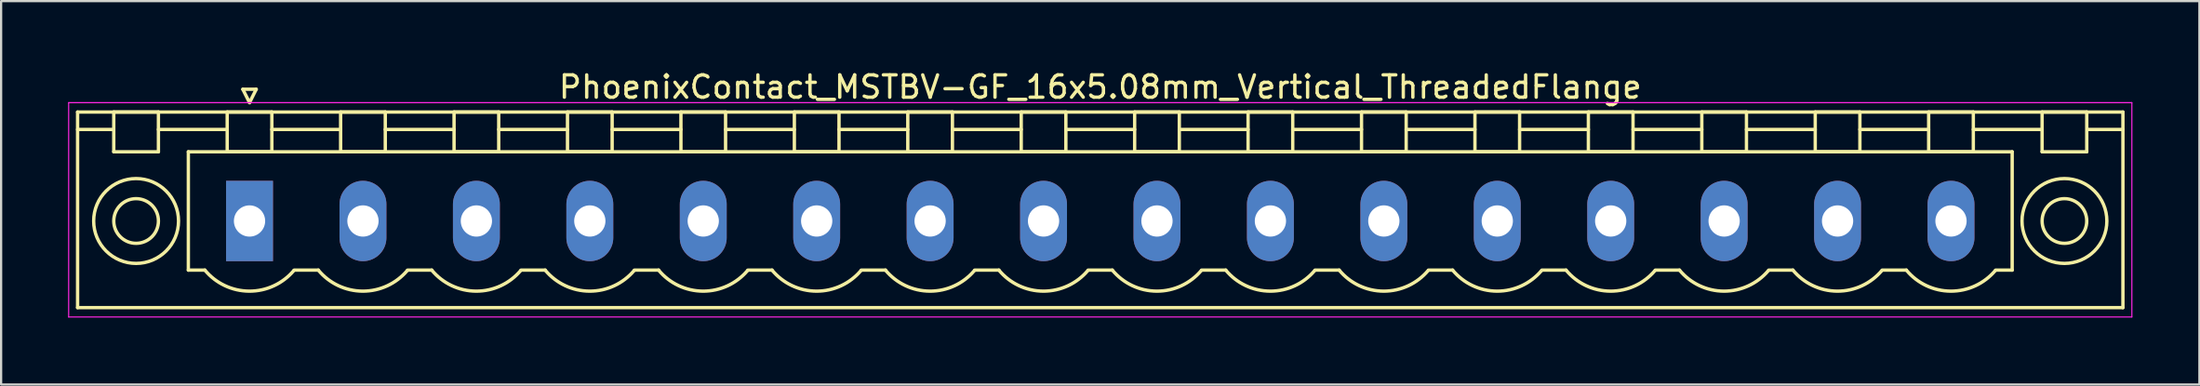
<source format=kicad_pcb>
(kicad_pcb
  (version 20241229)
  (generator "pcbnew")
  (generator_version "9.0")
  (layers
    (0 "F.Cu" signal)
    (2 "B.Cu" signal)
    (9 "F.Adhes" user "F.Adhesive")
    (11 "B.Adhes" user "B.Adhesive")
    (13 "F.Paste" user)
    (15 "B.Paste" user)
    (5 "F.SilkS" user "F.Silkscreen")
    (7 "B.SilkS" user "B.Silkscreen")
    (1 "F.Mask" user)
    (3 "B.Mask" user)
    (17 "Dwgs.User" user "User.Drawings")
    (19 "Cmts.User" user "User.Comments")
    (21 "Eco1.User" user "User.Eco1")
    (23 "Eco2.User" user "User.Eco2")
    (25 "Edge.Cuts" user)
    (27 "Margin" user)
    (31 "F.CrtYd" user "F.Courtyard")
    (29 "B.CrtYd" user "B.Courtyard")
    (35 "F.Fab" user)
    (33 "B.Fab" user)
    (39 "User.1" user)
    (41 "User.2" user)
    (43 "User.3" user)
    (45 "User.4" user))
  (footprint "PhoenixContact_MSTBV-GF_16x5.08mm_Vertical_ThreadedFlange"
    (layer "F.Cu")
    (at 8.125 6.848)
    (property "Reference" "PhoenixContact_MSTBV-GF_16x5.08mm_Vertical_ThreadedFlange" (at 38.1 -6 0) (layer "F.SilkS") (effects (font (size 1 1) (thickness 0.15))))
    (attr through_hole)
    (fp_line (start -7.7 -4.88) (end -7.7 3.88) (stroke (width 0.15) (type solid)) (layer "F.SilkS"))
    (fp_line (start -7.7 -4.1) (end -6.16 -4.1) (stroke (width 0.15) (type solid)) (layer "F.SilkS"))
    (fp_line (start -7.7 3.88) (end 83.9 3.88) (stroke (width 0.15) (type solid)) (layer "F.SilkS"))
    (fp_line (start -6.08 -4.88) (end -4.08 -4.88) (stroke (width 0.15) (type solid)) (layer "F.SilkS"))
    (fp_line (start -6.08 -3.1) (end -6.08 -4.88) (stroke (width 0.15) (type solid)) (layer "F.SilkS"))
    (fp_line (start -4.08 -4.88) (end -4.08 -3.1) (stroke (width 0.15) (type solid)) (layer "F.SilkS"))
    (fp_line (start -4.08 -4.1) (end -1 -4.1) (stroke (width 0.15) (type solid)) (layer "F.SilkS"))
    (fp_line (start -4.08 -3.1) (end -6.08 -3.1) (stroke (width 0.15) (type solid)) (layer "F.SilkS"))
    (fp_line (start -2.74 -3.1) (end 78.94 -3.1) (stroke (width 0.15) (type solid)) (layer "F.SilkS"))
    (fp_line (start -2.74 2.2) (end -2.74 -3.1) (stroke (width 0.15) (type solid)) (layer "F.SilkS"))
    (fp_line (start -2 2.2) (end -2.74 2.2) (stroke (width 0.15) (type solid)) (layer "F.SilkS"))
    (fp_line (start -1 -4.88) (end 1 -4.88) (stroke (width 0.15) (type solid)) (layer "F.SilkS"))
    (fp_line (start -1 -3.1) (end -1 -4.88) (stroke (width 0.15) (type solid)) (layer "F.SilkS"))
    (fp_line (start -0.3 -5.9) (end 0 -5.3) (stroke (width 0.15) (type solid)) (layer "F.SilkS"))
    (fp_line (start 0 -5.3) (end 0.3 -5.9) (stroke (width 0.15) (type solid)) (layer "F.SilkS"))
    (fp_line (start 0.3 -5.9) (end -0.3 -5.9) (stroke (width 0.15) (type solid)) (layer "F.SilkS"))
    (fp_line (start 1 -4.88) (end 1 -3.1) (stroke (width 0.15) (type solid)) (layer "F.SilkS"))
    (fp_line (start 1 -4.1) (end 4.08 -4.1) (stroke (width 0.15) (type solid)) (layer "F.SilkS"))
    (fp_line (start 1 -3.1) (end -1 -3.1) (stroke (width 0.15) (type solid)) (layer "F.SilkS"))
    (fp_line (start 2 2.2) (end 3.08 2.2) (stroke (width 0.15) (type solid)) (layer "F.SilkS"))
    (fp_line (start 4.08 -4.88) (end 6.08 -4.88) (stroke (width 0.15) (type solid)) (layer "F.SilkS"))
    (fp_line (start 4.08 -3.1) (end 4.08 -4.88) (stroke (width 0.15) (type solid)) (layer "F.SilkS"))
    (fp_line (start 6.08 -4.88) (end 6.08 -3.1) (stroke (width 0.15) (type solid)) (layer "F.SilkS"))
    (fp_line (start 6.08 -4.1) (end 9.16 -4.1) (stroke (width 0.15) (type solid)) (layer "F.SilkS"))
    (fp_line (start 6.08 -3.1) (end 4.08 -3.1) (stroke (width 0.15) (type solid)) (layer "F.SilkS"))
    (fp_line (start 7.08 2.2) (end 8.16 2.2) (stroke (width 0.15) (type solid)) (layer "F.SilkS"))
    (fp_line (start 9.16 -4.88) (end 11.16 -4.88) (stroke (width 0.15) (type solid)) (layer "F.SilkS"))
    (fp_line (start 9.16 -3.1) (end 9.16 -4.88) (stroke (width 0.15) (type solid)) (layer "F.SilkS"))
    (fp_line (start 11.16 -4.88) (end 11.16 -3.1) (stroke (width 0.15) (type solid)) (layer "F.SilkS"))
    (fp_line (start 11.16 -4.1) (end 14.24 -4.1) (stroke (width 0.15) (type solid)) (layer "F.SilkS"))
    (fp_line (start 11.16 -3.1) (end 9.16 -3.1) (stroke (width 0.15) (type solid)) (layer "F.SilkS"))
    (fp_line (start 12.16 2.2) (end 13.24 2.2) (stroke (width 0.15) (type solid)) (layer "F.SilkS"))
    (fp_line (start 14.24 -4.88) (end 16.24 -4.88) (stroke (width 0.15) (type solid)) (layer "F.SilkS"))
    (fp_line (start 14.24 -3.1) (end 14.24 -4.88) (stroke (width 0.15) (type solid)) (layer "F.SilkS"))
    (fp_line (start 16.24 -4.88) (end 16.24 -3.1) (stroke (width 0.15) (type solid)) (layer "F.SilkS"))
    (fp_line (start 16.24 -4.1) (end 19.32 -4.1) (stroke (width 0.15) (type solid)) (layer "F.SilkS"))
    (fp_line (start 16.24 -3.1) (end 14.24 -3.1) (stroke (width 0.15) (type solid)) (layer "F.SilkS"))
    (fp_line (start 17.24 2.2) (end 18.32 2.2) (stroke (width 0.15) (type solid)) (layer "F.SilkS"))
    (fp_line (start 19.32 -4.88) (end 21.32 -4.88) (stroke (width 0.15) (type solid)) (layer "F.SilkS"))
    (fp_line (start 19.32 -3.1) (end 19.32 -4.88) (stroke (width 0.15) (type solid)) (layer "F.SilkS"))
    (fp_line (start 21.32 -4.88) (end 21.32 -3.1) (stroke (width 0.15) (type solid)) (layer "F.SilkS"))
    (fp_line (start 21.32 -4.1) (end 24.4 -4.1) (stroke (width 0.15) (type solid)) (layer "F.SilkS"))
    (fp_line (start 21.32 -3.1) (end 19.32 -3.1) (stroke (width 0.15) (type solid)) (layer "F.SilkS"))
    (fp_line (start 22.32 2.2) (end 23.4 2.2) (stroke (width 0.15) (type solid)) (layer "F.SilkS"))
    (fp_line (start 24.4 -4.88) (end 26.4 -4.88) (stroke (width 0.15) (type solid)) (layer "F.SilkS"))
    (fp_line (start 24.4 -3.1) (end 24.4 -4.88) (stroke (width 0.15) (type solid)) (layer "F.SilkS"))
    (fp_line (start 26.4 -4.88) (end 26.4 -3.1) (stroke (width 0.15) (type solid)) (layer "F.SilkS"))
    (fp_line (start 26.4 -4.1) (end 29.48 -4.1) (stroke (width 0.15) (type solid)) (layer "F.SilkS"))
    (fp_line (start 26.4 -3.1) (end 24.4 -3.1) (stroke (width 0.15) (type solid)) (layer "F.SilkS"))
    (fp_line (start 27.4 2.2) (end 28.48 2.2) (stroke (width 0.15) (type solid)) (layer "F.SilkS"))
    (fp_line (start 29.48 -4.88) (end 31.48 -4.88) (stroke (width 0.15) (type solid)) (layer "F.SilkS"))
    (fp_line (start 29.48 -3.1) (end 29.48 -4.88) (stroke (width 0.15) (type solid)) (layer "F.SilkS"))
    (fp_line (start 31.48 -4.88) (end 31.48 -3.1) (stroke (width 0.15) (type solid)) (layer "F.SilkS"))
    (fp_line (start 31.48 -4.1) (end 34.56 -4.1) (stroke (width 0.15) (type solid)) (layer "F.SilkS"))
    (fp_line (start 31.48 -3.1) (end 29.48 -3.1) (stroke (width 0.15) (type solid)) (layer "F.SilkS"))
    (fp_line (start 32.48 2.2) (end 33.56 2.2) (stroke (width 0.15) (type solid)) (layer "F.SilkS"))
    (fp_line (start 34.56 -4.88) (end 36.56 -4.88) (stroke (width 0.15) (type solid)) (layer "F.SilkS"))
    (fp_line (start 34.56 -3.1) (end 34.56 -4.88) (stroke (width 0.15) (type solid)) (layer "F.SilkS"))
    (fp_line (start 36.56 -4.88) (end 36.56 -3.1) (stroke (width 0.15) (type solid)) (layer "F.SilkS"))
    (fp_line (start 36.56 -4.1) (end 39.64 -4.1) (stroke (width 0.15) (type solid)) (layer "F.SilkS"))
    (fp_line (start 36.56 -3.1) (end 34.56 -3.1) (stroke (width 0.15) (type solid)) (layer "F.SilkS"))
    (fp_line (start 37.56 2.2) (end 38.64 2.2) (stroke (width 0.15) (type solid)) (layer "F.SilkS"))
    (fp_line (start 39.64 -4.88) (end 41.64 -4.88) (stroke (width 0.15) (type solid)) (layer "F.SilkS"))
    (fp_line (start 39.64 -3.1) (end 39.64 -4.88) (stroke (width 0.15) (type solid)) (layer "F.SilkS"))
    (fp_line (start 41.64 -4.88) (end 41.64 -3.1) (stroke (width 0.15) (type solid)) (layer "F.SilkS"))
    (fp_line (start 41.64 -4.1) (end 44.72 -4.1) (stroke (width 0.15) (type solid)) (layer "F.SilkS"))
    (fp_line (start 41.64 -3.1) (end 39.64 -3.1) (stroke (width 0.15) (type solid)) (layer "F.SilkS"))
    (fp_line (start 42.64 2.2) (end 43.72 2.2) (stroke (width 0.15) (type solid)) (layer "F.SilkS"))
    (fp_line (start 44.72 -4.88) (end 46.72 -4.88) (stroke (width 0.15) (type solid)) (layer "F.SilkS"))
    (fp_line (start 44.72 -3.1) (end 44.72 -4.88) (stroke (width 0.15) (type solid)) (layer "F.SilkS"))
    (fp_line (start 46.72 -4.88) (end 46.72 -3.1) (stroke (width 0.15) (type solid)) (layer "F.SilkS"))
    (fp_line (start 46.72 -4.1) (end 49.8 -4.1) (stroke (width 0.15) (type solid)) (layer "F.SilkS"))
    (fp_line (start 46.72 -3.1) (end 44.72 -3.1) (stroke (width 0.15) (type solid)) (layer "F.SilkS"))
    (fp_line (start 47.72 2.2) (end 48.8 2.2) (stroke (width 0.15) (type solid)) (layer "F.SilkS"))
    (fp_line (start 49.8 -4.88) (end 51.8 -4.88) (stroke (width 0.15) (type solid)) (layer "F.SilkS"))
    (fp_line (start 49.8 -3.1) (end 49.8 -4.88) (stroke (width 0.15) (type solid)) (layer "F.SilkS"))
    (fp_line (start 51.8 -4.88) (end 51.8 -3.1) (stroke (width 0.15) (type solid)) (layer "F.SilkS"))
    (fp_line (start 51.8 -4.1) (end 54.88 -4.1) (stroke (width 0.15) (type solid)) (layer "F.SilkS"))
    (fp_line (start 51.8 -3.1) (end 49.8 -3.1) (stroke (width 0.15) (type solid)) (layer "F.SilkS"))
    (fp_line (start 52.8 2.2) (end 53.88 2.2) (stroke (width 0.15) (type solid)) (layer "F.SilkS"))
    (fp_line (start 54.88 -4.88) (end 56.88 -4.88) (stroke (width 0.15) (type solid)) (layer "F.SilkS"))
    (fp_line (start 54.88 -3.1) (end 54.88 -4.88) (stroke (width 0.15) (type solid)) (layer "F.SilkS"))
    (fp_line (start 56.88 -4.88) (end 56.88 -3.1) (stroke (width 0.15) (type solid)) (layer "F.SilkS"))
    (fp_line (start 56.88 -4.1) (end 59.96 -4.1) (stroke (width 0.15) (type solid)) (layer "F.SilkS"))
    (fp_line (start 56.88 -3.1) (end 54.88 -3.1) (stroke (width 0.15) (type solid)) (layer "F.SilkS"))
    (fp_line (start 57.88 2.2) (end 58.96 2.2) (stroke (width 0.15) (type solid)) (layer "F.SilkS"))
    (fp_line (start 59.96 -4.88) (end 61.96 -4.88) (stroke (width 0.15) (type solid)) (layer "F.SilkS"))
    (fp_line (start 59.96 -3.1) (end 59.96 -4.88) (stroke (width 0.15) (type solid)) (layer "F.SilkS"))
    (fp_line (start 61.96 -4.88) (end 61.96 -3.1) (stroke (width 0.15) (type solid)) (layer "F.SilkS"))
    (fp_line (start 61.96 -4.1) (end 65.04 -4.1) (stroke (width 0.15) (type solid)) (layer "F.SilkS"))
    (fp_line (start 61.96 -3.1) (end 59.96 -3.1) (stroke (width 0.15) (type solid)) (layer "F.SilkS"))
    (fp_line (start 62.96 2.2) (end 64.04 2.2) (stroke (width 0.15) (type solid)) (layer "F.SilkS"))
    (fp_line (start 65.04 -4.88) (end 67.04 -4.88) (stroke (width 0.15) (type solid)) (layer "F.SilkS"))
    (fp_line (start 65.04 -3.1) (end 65.04 -4.88) (stroke (width 0.15) (type solid)) (layer "F.SilkS"))
    (fp_line (start 67.04 -4.88) (end 67.04 -3.1) (stroke (width 0.15) (type solid)) (layer "F.SilkS"))
    (fp_line (start 67.04 -4.1) (end 70.12 -4.1) (stroke (width 0.15) (type solid)) (layer "F.SilkS"))
    (fp_line (start 67.04 -3.1) (end 65.04 -3.1) (stroke (width 0.15) (type solid)) (layer "F.SilkS"))
    (fp_line (start 68.04 2.2) (end 69.12 2.2) (stroke (width 0.15) (type solid)) (layer "F.SilkS"))
    (fp_line (start 70.12 -4.88) (end 72.12 -4.88) (stroke (width 0.15) (type solid)) (layer "F.SilkS"))
    (fp_line (start 70.12 -3.1) (end 70.12 -4.88) (stroke (width 0.15) (type solid)) (layer "F.SilkS"))
    (fp_line (start 72.12 -4.88) (end 72.12 -3.1) (stroke (width 0.15) (type solid)) (layer "F.SilkS"))
    (fp_line (start 72.12 -4.1) (end 75.2 -4.1) (stroke (width 0.15) (type solid)) (layer "F.SilkS"))
    (fp_line (start 72.12 -3.1) (end 70.12 -3.1) (stroke (width 0.15) (type solid)) (layer "F.SilkS"))
    (fp_line (start 73.12 2.2) (end 74.2 2.2) (stroke (width 0.15) (type solid)) (layer "F.SilkS"))
    (fp_line (start 75.2 -4.88) (end 77.2 -4.88) (stroke (width 0.15) (type solid)) (layer "F.SilkS"))
    (fp_line (start 75.2 -3.1) (end 75.2 -4.88) (stroke (width 0.15) (type solid)) (layer "F.SilkS"))
    (fp_line (start 77.2 -4.88) (end 77.2 -3.1) (stroke (width 0.15) (type solid)) (layer "F.SilkS"))
    (fp_line (start 77.2 -4.1) (end 80.28 -4.1) (stroke (width 0.15) (type solid)) (layer "F.SilkS"))
    (fp_line (start 77.2 -3.1) (end 75.2 -3.1) (stroke (width 0.15) (type solid)) (layer "F.SilkS"))
    (fp_line (start 78.94 -3.1) (end 78.94 2.2) (stroke (width 0.15) (type solid)) (layer "F.SilkS"))
    (fp_line (start 78.94 2.2) (end 78.2 2.2) (stroke (width 0.15) (type solid)) (layer "F.SilkS"))
    (fp_line (start 80.28 -4.88) (end 82.28 -4.88) (stroke (width 0.15) (type solid)) (layer "F.SilkS"))
    (fp_line (start 80.28 -3.1) (end 80.28 -4.88) (stroke (width 0.15) (type solid)) (layer "F.SilkS"))
    (fp_line (start 82.28 -4.88) (end 82.28 -3.1) (stroke (width 0.15) (type solid)) (layer "F.SilkS"))
    (fp_line (start 82.28 -3.1) (end 80.28 -3.1) (stroke (width 0.15) (type solid)) (layer "F.SilkS"))
    (fp_line (start 83.9 -4.88) (end -7.7 -4.88) (stroke (width 0.15) (type solid)) (layer "F.SilkS"))
    (fp_line (start 83.9 -4.1) (end 82.36 -4.1) (stroke (width 0.15) (type solid)) (layer "F.SilkS"))
    (fp_line (start 83.9 3.88) (end 83.9 -4.88) (stroke (width 0.15) (type solid)) (layer "F.SilkS"))
    (fp_arc (start 1.986842 2.215821) (mid -0.010289 3.142758) (end -2 2.2) (stroke (width 0.15) (type solid)) (layer "F.SilkS"))
    (fp_arc (start 7.066842 2.215821) (mid 5.069711 3.142758) (end 3.08 2.2) (stroke (width 0.15) (type solid)) (layer "F.SilkS"))
    (fp_arc (start 12.146842 2.215821) (mid 10.149711 3.142758) (end 8.16 2.2) (stroke (width 0.15) (type solid)) (layer "F.SilkS"))
    (fp_arc (start 17.226842 2.215821) (mid 15.229711 3.142758) (end 13.24 2.2) (stroke (width 0.15) (type solid)) (layer "F.SilkS"))
    (fp_arc (start 22.306842 2.215821) (mid 20.309711 3.142758) (end 18.32 2.2) (stroke (width 0.15) (type solid)) (layer "F.SilkS"))
    (fp_arc (start 27.386842 2.215821) (mid 25.389711 3.142758) (end 23.4 2.2) (stroke (width 0.15) (type solid)) (layer "F.SilkS"))
    (fp_arc (start 32.466842 2.215821) (mid 30.469711 3.142758) (end 28.48 2.2) (stroke (width 0.15) (type solid)) (layer "F.SilkS"))
    (fp_arc (start 37.546842 2.215821) (mid 35.549711 3.142758) (end 33.56 2.2) (stroke (width 0.15) (type solid)) (layer "F.SilkS"))
    (fp_arc (start 42.626842 2.215821) (mid 40.629711 3.142758) (end 38.64 2.2) (stroke (width 0.15) (type solid)) (layer "F.SilkS"))
    (fp_arc (start 47.706842 2.215821) (mid 45.709711 3.142758) (end 43.72 2.2) (stroke (width 0.15) (type solid)) (layer "F.SilkS"))
    (fp_arc (start 52.786842 2.215821) (mid 50.789711 3.142758) (end 48.8 2.2) (stroke (width 0.15) (type solid)) (layer "F.SilkS"))
    (fp_arc (start 57.866842 2.215821) (mid 55.869711 3.142758) (end 53.88 2.2) (stroke (width 0.15) (type solid)) (layer "F.SilkS"))
    (fp_arc (start 62.946842 2.215821) (mid 60.949711 3.142758) (end 58.96 2.2) (stroke (width 0.15) (type solid)) (layer "F.SilkS"))
    (fp_arc (start 68.026842 2.215821) (mid 66.029711 3.142758) (end 64.04 2.2) (stroke (width 0.15) (type solid)) (layer "F.SilkS"))
    (fp_arc (start 73.106842 2.215821) (mid 71.109711 3.142758) (end 69.12 2.2) (stroke (width 0.15) (type solid)) (layer "F.SilkS"))
    (fp_arc (start 78.186842 2.215821) (mid 76.189711 3.142758) (end 74.2 2.2) (stroke (width 0.15) (type solid)) (layer "F.SilkS"))
    (fp_circle (center -5.08 0) (end -4.08 0) (stroke (width 0.15) (type solid)) (fill no) (layer "F.SilkS"))
    (fp_circle (center -5.08 0) (end -3.18 0) (stroke (width 0.15) (type solid)) (fill no) (layer "F.SilkS"))
    (fp_circle (center 81.28 0) (end 82.28 0) (stroke (width 0.15) (type solid)) (fill no) (layer "F.SilkS"))
    (fp_circle (center 81.28 0) (end 83.18 0) (stroke (width 0.15) (type solid)) (fill no) (layer "F.SilkS"))
    (fp_line (start -8.1 -5.3) (end -8.1 4.3) (stroke (width 0.05) (type solid)) (layer "F.CrtYd"))
    (fp_line (start -8.1 4.3) (end 84.3 4.3) (stroke (width 0.05) (type solid)) (layer "F.CrtYd"))
    (fp_line (start 84.3 -5.3) (end -8.1 -5.3) (stroke (width 0.05) (type solid)) (layer "F.CrtYd"))
    (fp_line (start 84.3 4.3) (end 84.3 -5.3) (stroke (width 0.05) (type solid)) (layer "F.CrtYd"))
    (pad "1" thru_hole rect (at 0 0) (size 2.1 3.6) (drill 1.4) (layers "*.Cu" "*.Mask"))
    (pad "2" thru_hole oval (at 5.08 0) (size 2.1 3.6) (drill 1.4) (layers "*.Cu" "*.Mask"))
    (pad "3" thru_hole oval (at 10.16 0) (size 2.1 3.6) (drill 1.4) (layers "*.Cu" "*.Mask"))
    (pad "4" thru_hole oval (at 15.24 0) (size 2.1 3.6) (drill 1.4) (layers "*.Cu" "*.Mask"))
    (pad "5" thru_hole oval (at 20.32 0) (size 2.1 3.6) (drill 1.4) (layers "*.Cu" "*.Mask"))
    (pad "6" thru_hole oval (at 25.4 0) (size 2.1 3.6) (drill 1.4) (layers "*.Cu" "*.Mask"))
    (pad "7" thru_hole oval (at 30.48 0) (size 2.1 3.6) (drill 1.4) (layers "*.Cu" "*.Mask"))
    (pad "8" thru_hole oval (at 35.56 0) (size 2.1 3.6) (drill 1.4) (layers "*.Cu" "*.Mask"))
    (pad "9" thru_hole oval (at 40.64 0) (size 2.1 3.6) (drill 1.4) (layers "*.Cu" "*.Mask"))
    (pad "10" thru_hole oval (at 45.72 0) (size 2.1 3.6) (drill 1.4) (layers "*.Cu" "*.Mask"))
    (pad "11" thru_hole oval (at 50.8 0) (size 2.1 3.6) (drill 1.4) (layers "*.Cu" "*.Mask"))
    (pad "12" thru_hole oval (at 55.88 0) (size 2.1 3.6) (drill 1.4) (layers "*.Cu" "*.Mask"))
    (pad "13" thru_hole oval (at 60.96 0) (size 2.1 3.6) (drill 1.4) (layers "*.Cu" "*.Mask"))
    (pad "14" thru_hole oval (at 66.04 0) (size 2.1 3.6) (drill 1.4) (layers "*.Cu" "*.Mask"))
    (pad "15" thru_hole oval (at 71.12 0) (size 2.1 3.6) (drill 1.4) (layers "*.Cu" "*.Mask"))
    (pad "16" thru_hole oval (at 76.2 0) (size 2.1 3.6) (drill 1.4) (layers "*.Cu" "*.Mask")))
  (gr_rect
    (start -3 -3)
    (end 95.45 14.173)
    (stroke (width 0.1) (type default))
    (fill no)
    (layer "Edge.Cuts")))
</source>
